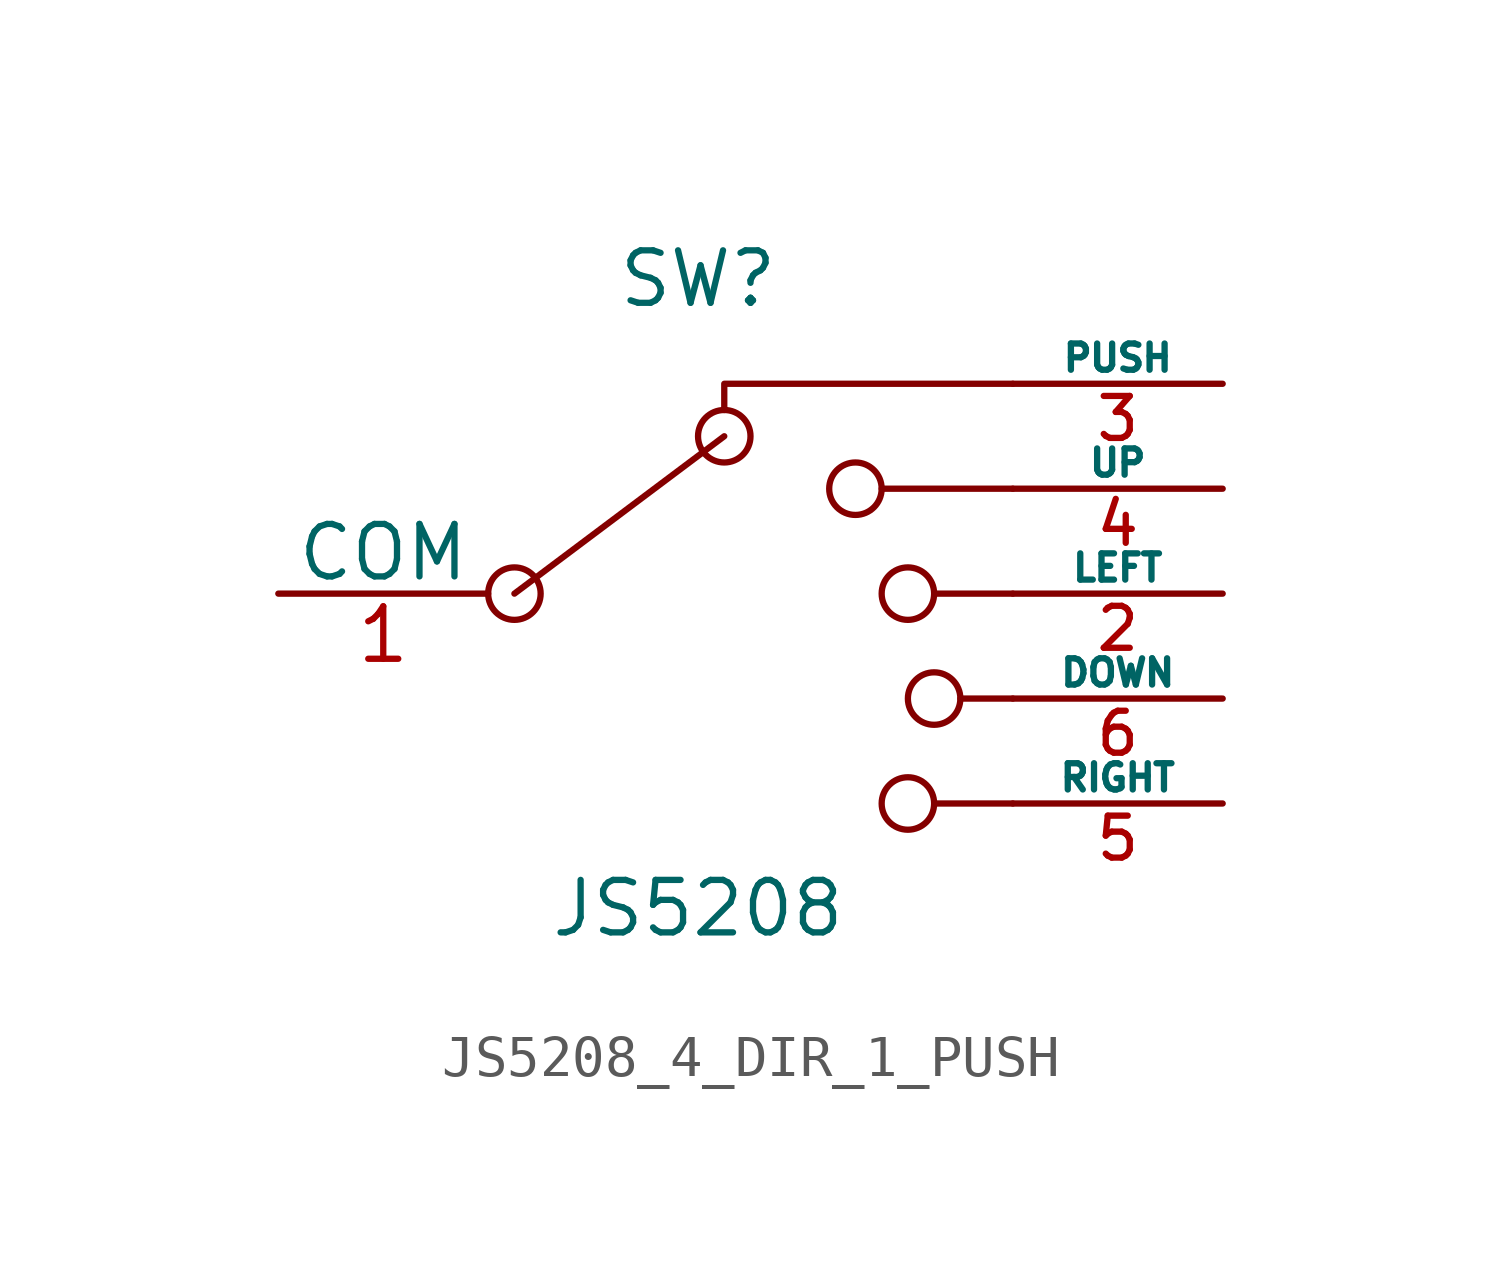
<source format=kicad_sym>
(kicad_symbol_lib
  (version 20220914)
  (generator kicad_symbol_editor)
  (symbol "JS5208_4_DIR_1_PUSH"
    (pin_names
      (offset 0))
    (property "Reference" "SW"
      (at 0 7.62 0)
      (effects (font (size 1.27 1.27))))
    (property "Value" "JS5208"
      (at 0 -7.62 0)
      (effects (font (size 1.27 1.27))))
    (symbol "JS5208_4_DIR_1_PUSH_0_0"
      (circle (center -4.445 0) (radius 0.635) (stroke (width 0) (type default)) (fill (type none)))
      (polyline (pts (xy -4.445 0) (xy 0.635 3.81)) (stroke (width 0) (type default)) (fill (type none)))
      (polyline (pts (xy 4.445 2.54) (xy 7.62 2.54)) (stroke (width 0) (type default)) (fill (type none)))
      (polyline (pts (xy 5.715 -5.08) (xy 7.62 -5.08)) (stroke (width 0) (type default)) (fill (type none)))
      (polyline (pts (xy 5.715 0) (xy 7.62 0)) (stroke (width 0) (type default)) (fill (type none)))
      (polyline (pts (xy 6.35 -2.54) (xy 7.62 -2.54)) (stroke (width 0) (type default)) (fill (type none)))
      (polyline (pts (xy 0.635 4.445) (xy 0.635 5.08) (xy 7.62 5.08)) (stroke (width 0) (type default)) (fill (type none)))
      (circle (center 0.635 3.81) (radius 0.635) (stroke (width 0) (type default)) (fill (type none)))
      (circle (center 3.81 2.54) (radius 0.635) (stroke (width 0) (type default)) (fill (type none)))
      (circle (center 5.08 -5.08) (radius 0.635) (stroke (width 0) (type default)) (fill (type none)))
      (circle (center 5.08 0) (radius 0.635) (stroke (width 0) (type default)) (fill (type none)))
      (circle (center 5.715 -2.54) (radius 0.635) (stroke (width 0) (type default)) (fill (type none))))
    (symbol "JS5208_4_DIR_1_PUSH_1_1"
      (pin passive line (at -10.16 0 0) (length 5.08) (name "COM" (effects (font (size 1.27 1.27)))) (number "1" (effects (font (size 1.27 1.27)))))
      (pin passive line (at 12.7 0 180) (length 5.08) (name "LEFT" (effects (font (size 0.635 0.635)))) (number "2" (effects (font (size 1.016 1.016)))))
      (pin passive line (at 12.7 5.08 180) (length 5.08) (name "PUSH" (effects (font (size 0.635 0.635)))) (number "3" (effects (font (size 1.016 1.016)))))
      (pin passive line (at 12.7 2.54 180) (length 5.08) (name "UP" (effects (font (size 0.635 0.635)))) (number "4" (effects (font (size 1.016 1.016)))))
      (pin passive line (at 12.7 -5.08 180) (length 5.08) (name "RIGHT" (effects (font (size 0.635 0.635)))) (number "5" (effects (font (size 1.016 1.016)))))
      (pin passive line (at 12.7 -2.54 180) (length 5.08) (name "DOWN" (effects (font (size 0.635 0.635)))) (number "6" (effects (font (size 1.016 1.016))))))))
</source>
